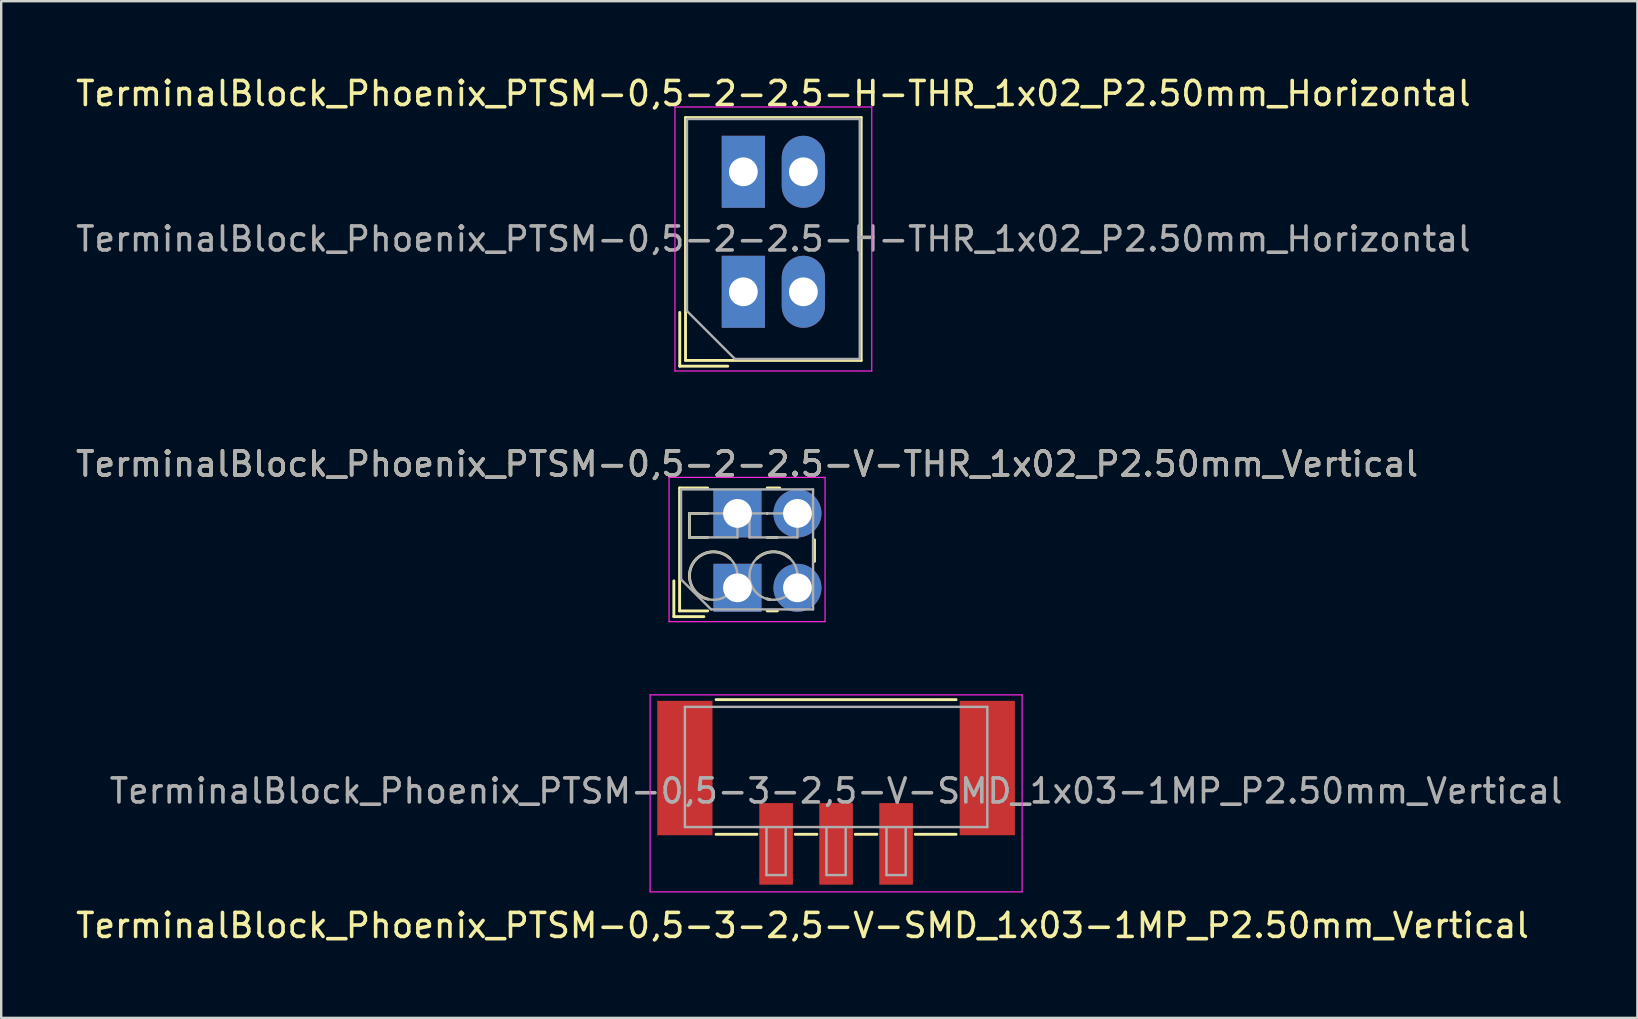
<source format=kicad_pcb>
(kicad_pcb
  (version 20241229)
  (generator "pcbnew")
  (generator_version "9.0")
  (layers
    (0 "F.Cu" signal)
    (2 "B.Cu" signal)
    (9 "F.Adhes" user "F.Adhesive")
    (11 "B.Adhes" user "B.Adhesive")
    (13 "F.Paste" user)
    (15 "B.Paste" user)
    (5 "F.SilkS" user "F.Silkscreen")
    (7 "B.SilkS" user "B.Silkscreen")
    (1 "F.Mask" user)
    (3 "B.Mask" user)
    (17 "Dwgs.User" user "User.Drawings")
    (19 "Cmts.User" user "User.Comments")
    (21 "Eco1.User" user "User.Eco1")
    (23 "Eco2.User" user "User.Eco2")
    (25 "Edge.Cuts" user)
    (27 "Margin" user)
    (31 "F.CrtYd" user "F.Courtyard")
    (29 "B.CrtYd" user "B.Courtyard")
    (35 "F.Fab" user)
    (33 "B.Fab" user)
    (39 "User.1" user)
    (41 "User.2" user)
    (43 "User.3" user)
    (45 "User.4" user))
  (footprint "TerminalBlock_Phoenix_PTSM-0,5-2-2.5-H-THR_1x02_P2.50mm_Horizontal"
    (layer "F.Cu")
    (at 27.923 9.108)
    (property "Reference" "TerminalBlock_Phoenix_PTSM-0,5-2-2.5-H-THR_1x02_P2.50mm_Horizontal" (at 1.25 -8.26 0) (layer "F.SilkS") (effects (font (size 1 1) (thickness 0.15))))
    (attr through_hole)
    (fp_line (start -2.65 0.86) (end -2.65 3.1) (stroke (width 0.12) (type solid)) (layer "F.SilkS"))
    (fp_line (start -2.65 3.1) (end -0.65 3.1) (stroke (width 0.12) (type solid)) (layer "F.SilkS"))
    (fp_line (start -2.41 -7.26) (end -2.41 2.86) (stroke (width 0.12) (type solid)) (layer "F.SilkS"))
    (fp_line (start -2.41 -7.26) (end 4.91 -7.26) (stroke (width 0.12) (type solid)) (layer "F.SilkS"))
    (fp_line (start -2.41 2.86) (end 4.91 2.86) (stroke (width 0.12) (type solid)) (layer "F.SilkS"))
    (fp_line (start 4.91 -7.26) (end 4.91 2.86) (stroke (width 0.12) (type solid)) (layer "F.SilkS"))
    (fp_line (start -2.85 -7.7) (end -2.85 3.3) (stroke (width 0.05) (type solid)) (layer "F.CrtYd"))
    (fp_line (start -2.85 3.3) (end 5.35 3.3) (stroke (width 0.05) (type solid)) (layer "F.CrtYd"))
    (fp_line (start 5.35 -7.7) (end -2.85 -7.7) (stroke (width 0.05) (type solid)) (layer "F.CrtYd"))
    (fp_line (start 5.35 3.3) (end 5.35 -7.7) (stroke (width 0.05) (type solid)) (layer "F.CrtYd"))
    (fp_line (start -2.35 -7.2) (end 4.85 -7.2) (stroke (width 0.1) (type solid)) (layer "F.Fab"))
    (fp_line (start -2.35 0.8) (end -2.35 -7.2) (stroke (width 0.1) (type solid)) (layer "F.Fab"))
    (fp_line (start -0.35 2.8) (end -2.35 0.8) (stroke (width 0.1) (type solid)) (layer "F.Fab"))
    (fp_line (start 4.85 -7.2) (end 4.85 2.8) (stroke (width 0.1) (type solid)) (layer "F.Fab"))
    (fp_line (start 4.85 2.8) (end -0.35 2.8) (stroke (width 0.1) (type solid)) (layer "F.Fab"))
    (fp_text user "${REFERENCE}" (at 1.25 -2.2 0) (layer "F.Fab") (effects (font (size 1 1) (thickness 0.15))))
    (pad "1" thru_hole rect (at 0 -5) (size 1.8 3) (drill 1.2) (layers "*.Cu" "*.Mask"))
    (pad "1" thru_hole rect (at 0 0) (size 1.8 3) (drill 1.2) (layers "*.Cu" "*.Mask"))
    (pad "2" thru_hole oval (at 2.5 -5) (size 1.8 3) (drill 1.2) (layers "*.Cu" "*.Mask"))
    (pad "2" thru_hole oval (at 2.5 0) (size 1.8 3) (drill 1.2) (layers "*.Cu" "*.Mask")))
  (footprint "TerminalBlock_Phoenix_PTSM-0,5-2-2.5-V-THR_1x02_P2.50mm_Vertical"
    (layer "F.Cu")
    (at 27.677 21.442)
    (property "Reference" "TerminalBlock_Phoenix_PTSM-0,5-2-2.5-V-THR_1x02_P2.50mm_Vertical" (at 0.4 -5.16 0) (layer "F.SilkS") (effects (font (size 1 1) (thickness 0.15))))
    (attr through_hole)
    (fp_line (start -2.65 -0.29) (end -2.65 1.2) (stroke (width 0.12) (type solid)) (layer "F.SilkS"))
    (fp_line (start -2.65 1.2) (end -1.4 1.2) (stroke (width 0.12) (type solid)) (layer "F.SilkS"))
    (fp_line (start -2.41 -4.16) (end -2.41 0.961) (stroke (width 0.12) (type solid)) (layer "F.SilkS"))
    (fp_line (start -2.41 -4.16) (end -1.24 -4.16) (stroke (width 0.12) (type solid)) (layer "F.SilkS"))
    (fp_line (start -2.41 0.961) (end -1.24 0.961) (stroke (width 0.12) (type solid)) (layer "F.SilkS"))
    (fp_line (start -2 -3.1) (end -2 -2.1) (stroke (width 0.12) (type solid)) (layer "F.SilkS"))
    (fp_line (start -2 -3.1) (end -1.24 -3.1) (stroke (width 0.12) (type solid)) (layer "F.SilkS"))
    (fp_line (start -2 -2.1) (end -1.24 -2.1) (stroke (width 0.12) (type solid)) (layer "F.SilkS"))
    (fp_line (start 1.24 -4.16) (end 1.763 -4.16) (stroke (width 0.12) (type solid)) (layer "F.SilkS"))
    (fp_line (start 1.24 -3.1) (end 1.245 -3.1) (stroke (width 0.12) (type solid)) (layer "F.SilkS"))
    (fp_line (start 1.24 -2.1) (end 1.665 -2.1) (stroke (width 0.12) (type solid)) (layer "F.SilkS"))
    (fp_line (start 1.24 0.961) (end 1.665 0.961) (stroke (width 0.12) (type solid)) (layer "F.SilkS"))
    (fp_line (start 3.21 -2) (end 3.21 -1.1) (stroke (width 0.12) (type solid)) (layer "F.SilkS"))
    (fp_arc (start -1.224629 0.474931) (mid -1.883573 -0.969306) (end -0.318 -1.232) (stroke (width 0.12) (type solid)) (layer "F.SilkS"))
    (fp_arc (start 0.817811 -1.23232) (mid 1.483053 -1.500693) (end 2.157 -1.255) (stroke (width 0.12) (type solid)) (layer "F.SilkS"))
    (fp_arc (start 1.344288 0.488343) (mid 1.284242 0.476994) (end 1.225 0.462) (stroke (width 0.12) (type solid)) (layer "F.SilkS"))
    (fp_line (start -2.85 -4.6) (end -2.85 1.41) (stroke (width 0.05) (type solid)) (layer "F.CrtYd"))
    (fp_line (start -2.85 1.41) (end 3.65 1.41) (stroke (width 0.05) (type solid)) (layer "F.CrtYd"))
    (fp_line (start 3.65 -4.6) (end -2.85 -4.6) (stroke (width 0.05) (type solid)) (layer "F.CrtYd"))
    (fp_line (start 3.65 1.41) (end 3.65 -4.6) (stroke (width 0.05) (type solid)) (layer "F.CrtYd"))
    (fp_line (start -2.35 -4.1) (end 3.15 -4.1) (stroke (width 0.1) (type solid)) (layer "F.Fab"))
    (fp_line (start -2.35 -0.35) (end -2.35 -4.1) (stroke (width 0.1) (type solid)) (layer "F.Fab"))
    (fp_line (start -2 -3.1) (end -2 -2.1) (stroke (width 0.1) (type solid)) (layer "F.Fab"))
    (fp_line (start -2 -2.1) (end 0 -2.1) (stroke (width 0.1) (type solid)) (layer "F.Fab"))
    (fp_line (start -1.1 0.9) (end -2.35 -0.35) (stroke (width 0.1) (type solid)) (layer "F.Fab"))
    (fp_line (start 0 -3.1) (end -2 -3.1) (stroke (width 0.1) (type solid)) (layer "F.Fab"))
    (fp_line (start 0 -2.1) (end 0 -3.1) (stroke (width 0.1) (type solid)) (layer "F.Fab"))
    (fp_line (start 0.5 -3.1) (end 0.5 -2.1) (stroke (width 0.1) (type solid)) (layer "F.Fab"))
    (fp_line (start 0.5 -2.1) (end 2.5 -2.1) (stroke (width 0.1) (type solid)) (layer "F.Fab"))
    (fp_line (start 2.5 -3.1) (end 0.5 -3.1) (stroke (width 0.1) (type solid)) (layer "F.Fab"))
    (fp_line (start 2.5 -2.1) (end 2.5 -3.1) (stroke (width 0.1) (type solid)) (layer "F.Fab"))
    (fp_line (start 3.15 -4.1) (end 3.15 0.9) (stroke (width 0.1) (type solid)) (layer "F.Fab"))
    (fp_line (start 3.15 0.9) (end -1.1 0.9) (stroke (width 0.1) (type solid)) (layer "F.Fab"))
    (fp_circle (center -1 -0.5) (end 0 -0.5) (stroke (width 0.1) (type solid)) (fill no) (layer "F.Fab"))
    (fp_circle (center 1.5 -0.5) (end 2.5 -0.5) (stroke (width 0.1) (type solid)) (fill no) (layer "F.Fab"))
    (fp_text user "${REFERENCE}" (at 0.4 -5.16 0) (layer "F.Fab") (effects (font (size 1 1) (thickness 0.15))))
    (pad "1" thru_hole rect (at 0 -3.1) (size 2 2) (drill 1.2) (layers "*.Cu" "*.Mask"))
    (pad "1" thru_hole rect (at 0 0) (size 2 2) (drill 1.2) (layers "*.Cu" "*.Mask"))
    (pad "2" thru_hole circle (at 2.5 -3.1) (size 2 2) (drill 1.2) (layers "*.Cu" "*.Mask"))
    (pad "2" thru_hole circle (at 2.5 0) (size 2 2) (drill 1.2) (layers "*.Cu" "*.Mask")))
  (footprint "TerminalBlock_Phoenix_PTSM-0,5-3-2,5-V-SMD_1x03-1MP_P2.50mm_Vertical"
    (layer "F.Cu")
    (at 31.787 29.982)
    (property "Reference" "TerminalBlock_Phoenix_PTSM-0,5-3-2,5-V-SMD_1x03-1MP_P2.50mm_Vertical" (at -1.4 5.53 0) (layer "F.SilkS") (effects (font (size 1 1) (thickness 0.15))))
    (attr smd)
    (fp_line (start -5 -3.88) (end 5 -3.88) (stroke (width 0.12) (type solid)) (layer "F.SilkS"))
    (fp_line (start -3.3 1.73) (end -5 1.73) (stroke (width 0.12) (type solid)) (layer "F.SilkS"))
    (fp_line (start -0.8 1.73) (end -1.7 1.73) (stroke (width 0.12) (type solid)) (layer "F.SilkS"))
    (fp_line (start 1.7 1.73) (end 0.8 1.73) (stroke (width 0.12) (type solid)) (layer "F.SilkS"))
    (fp_line (start 5 1.73) (end 3.3 1.73) (stroke (width 0.12) (type solid)) (layer "F.SilkS"))
    (fp_line (start -7.75 -4.08) (end 7.75 -4.08) (stroke (width 0.05) (type solid)) (layer "F.CrtYd"))
    (fp_line (start -7.75 4.13) (end -7.75 -4.08) (stroke (width 0.05) (type solid)) (layer "F.CrtYd"))
    (fp_line (start 7.75 -4.08) (end 7.75 4.13) (stroke (width 0.05) (type solid)) (layer "F.CrtYd"))
    (fp_line (start 7.75 4.13) (end -7.75 4.13) (stroke (width 0.05) (type solid)) (layer "F.CrtYd"))
    (fp_line (start -6.3 -3.58) (end 6.3 -3.58) (stroke (width 0.1) (type solid)) (layer "F.Fab"))
    (fp_line (start -6.3 1.43) (end -6.3 -3.58) (stroke (width 0.1) (type solid)) (layer "F.Fab"))
    (fp_line (start -2.9 1.43) (end -2.9 3.43) (stroke (width 0.1) (type solid)) (layer "F.Fab"))
    (fp_line (start -2.9 3.43) (end -2.1 3.43) (stroke (width 0.1) (type solid)) (layer "F.Fab"))
    (fp_line (start -2.1 1.43) (end -2.1 3.43) (stroke (width 0.1) (type solid)) (layer "F.Fab"))
    (fp_line (start -0.4 1.43) (end -0.4 3.43) (stroke (width 0.1) (type solid)) (layer "F.Fab"))
    (fp_line (start -0.4 3.43) (end 0.4 3.43) (stroke (width 0.1) (type solid)) (layer "F.Fab"))
    (fp_line (start 0.4 1.43) (end 0.4 3.43) (stroke (width 0.1) (type solid)) (layer "F.Fab"))
    (fp_line (start 2.1 1.43) (end 2.1 3.43) (stroke (width 0.1) (type solid)) (layer "F.Fab"))
    (fp_line (start 2.1 3.43) (end 2.9 3.43) (stroke (width 0.1) (type solid)) (layer "F.Fab"))
    (fp_line (start 2.9 1.43) (end 2.9 3.43) (stroke (width 0.1) (type solid)) (layer "F.Fab"))
    (fp_line (start 6.3 1.43) (end -6.3 1.43) (stroke (width 0.1) (type solid)) (layer "F.Fab"))
    (fp_line (start 6.3 1.43) (end 6.3 -3.58) (stroke (width 0.1) (type solid)) (layer "F.Fab"))
    (fp_text user "${REFERENCE}" (at 0 -0.075 0) (layer "F.Fab") (effects (font (size 1 1) (thickness 0.15))))
    (pad "1" smd rect (at -2.5 2.13 180) (size 1.4 3.4) (layers "F.Cu" "F.Mask" "F.Paste"))
    (pad "2" smd rect (at 0 2.13 180) (size 1.4 3.4) (layers "F.Cu" "F.Mask" "F.Paste"))
    (pad "3" smd rect (at 2.5 2.13 180) (size 1.4 3.4) (layers "F.Cu" "F.Mask" "F.Paste"))
    (pad "MP" smd rect (at -6.3 -1.03 180) (size 2.3 5.6) (layers "F.Cu" "F.Mask" "F.Paste"))
    (pad "MP" smd rect (at 6.3 -1.03 180) (size 2.3 5.6) (layers "F.Cu" "F.Mask" "F.Paste")))
  (gr_rect
    (start -3 -3)
    (end 65.174 39.36)
    (stroke (width 0.1) (type default))
    (fill no)
    (layer "Edge.Cuts")))
</source>
